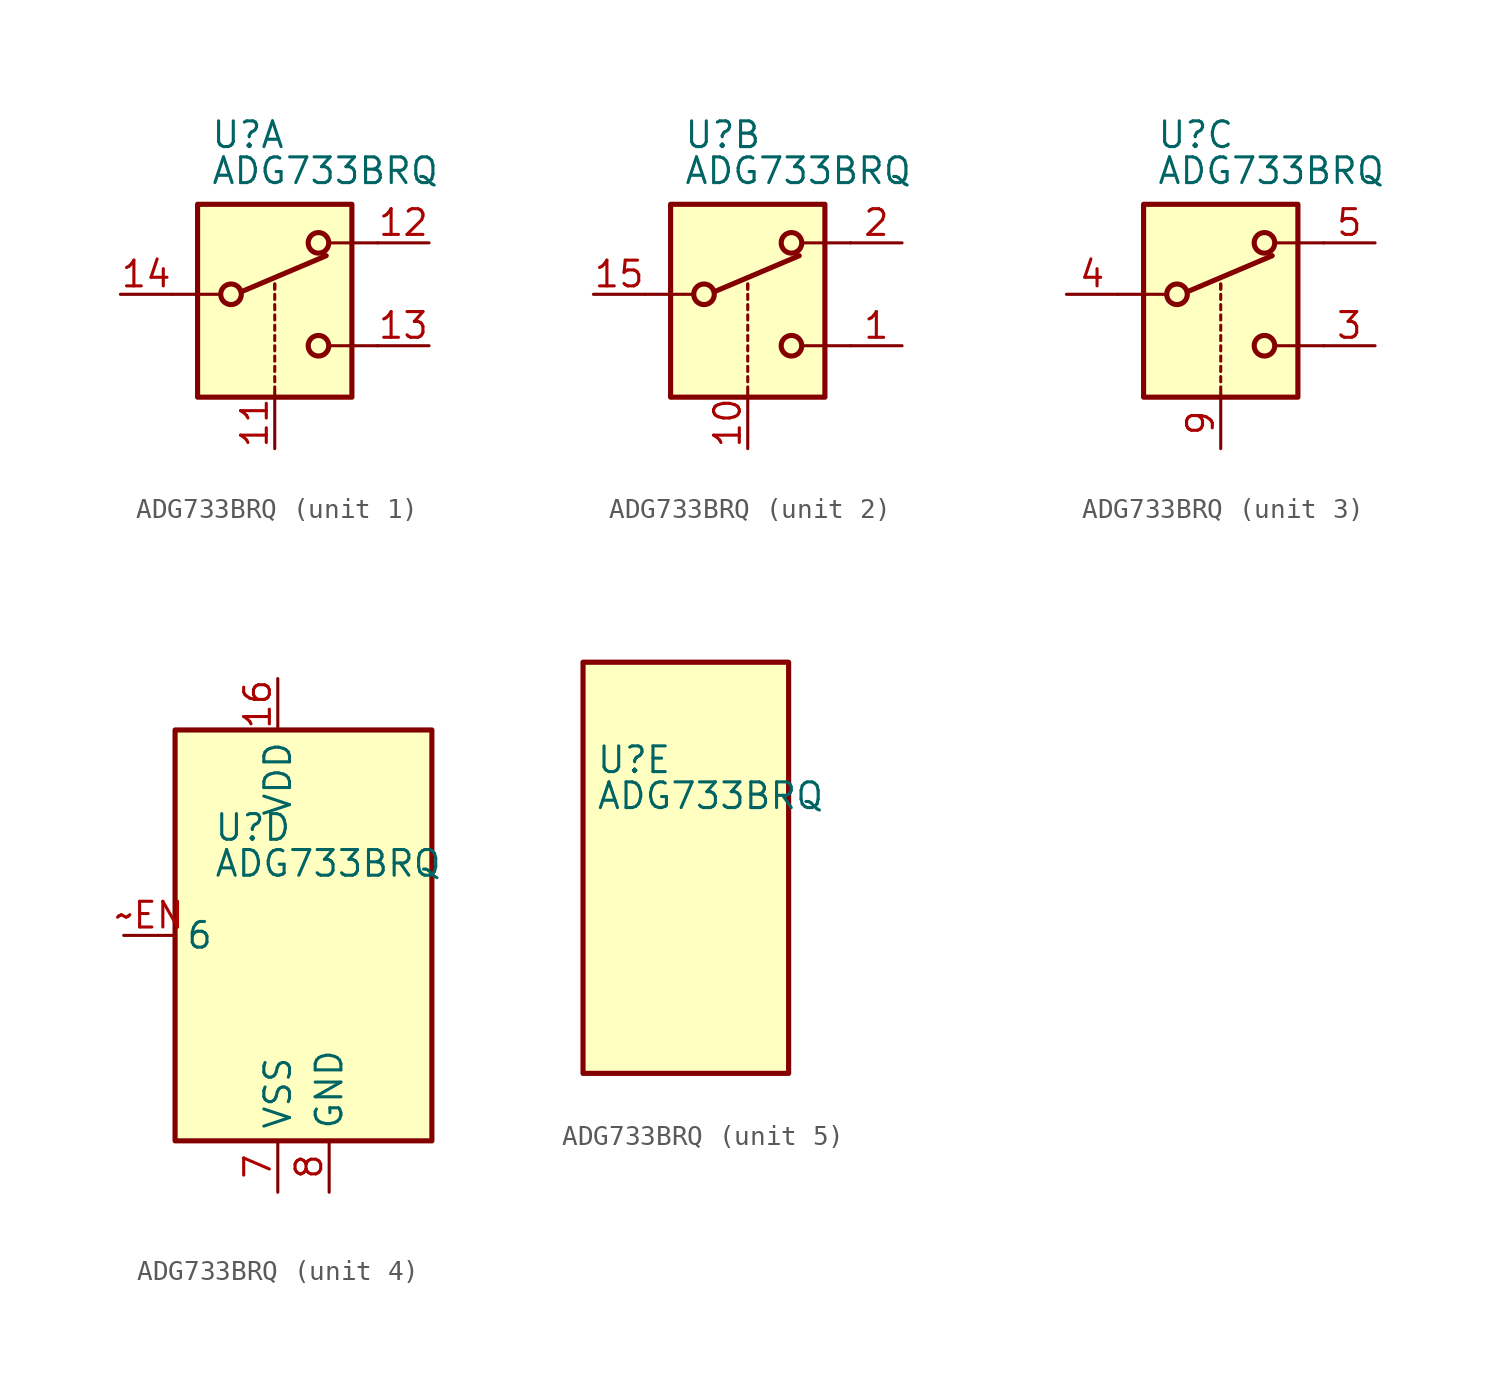
<source format=kicad_sym>
(kicad_symbol_lib
  (version 20211014)
  (generator kicad_symbol_editor)
  (symbol "ADG733BRQ"
    (property "Reference" "U"
      (at -3.175 5.334 0)
      (effects (font (size 1.27 1.27)) (justify left)))
    (property "Value" "ADG733BRQ"
      (at -3.175 3.556 0)
      (effects (font (size 1.27 1.27)) (justify left)))
    (symbol "ADG733BRQ_1_1"
      (rectangle (start -3.81 1.905) (end 3.81 -7.62) (stroke (width 0.254) (type default) (color 0 0 0 0)) (fill (type background)))
      (circle (center -2.159 -2.54) (radius 0.508) (stroke (width 0.254) (type default) (color 0 0 0 0)) (fill (type none)))
      (polyline (pts (xy -5.08 -2.54) (xy -2.794 -2.54)) (stroke (width 0) (type default) (color 0 0 0 0)) (fill (type none)))
      (polyline (pts (xy -1.651 -2.413) (xy 2.54 -0.635)) (stroke (width 0.254) (type default) (color 0 0 0 0)) (fill (type none)))
      (polyline (pts (xy 0 -7.62) (xy 0 -7.112)) (stroke (width 0) (type default) (color 0 0 0 0)) (fill (type none)))
      (polyline (pts (xy 0 -6.858) (xy 0 -6.604)) (stroke (width 0) (type default) (color 0 0 0 0)) (fill (type none)))
      (polyline (pts (xy 0 -6.35) (xy 0 -6.096)) (stroke (width 0) (type default) (color 0 0 0 0)) (fill (type none)))
      (polyline (pts (xy 0 -5.842) (xy 0 -5.588)) (stroke (width 0) (type default) (color 0 0 0 0)) (fill (type none)))
      (polyline (pts (xy 0 -5.334) (xy 0 -5.08)) (stroke (width 0) (type default) (color 0 0 0 0)) (fill (type none)))
      (polyline (pts (xy 0 -4.826) (xy 0 -4.572)) (stroke (width 0) (type default) (color 0 0 0 0)) (fill (type none)))
      (polyline (pts (xy 0 -4.318) (xy 0 -4.064)) (stroke (width 0) (type default) (color 0 0 0 0)) (fill (type none)))
      (polyline (pts (xy 0 -3.81) (xy 0 -3.556)) (stroke (width 0) (type default) (color 0 0 0 0)) (fill (type none)))
      (polyline (pts (xy 0 -3.302) (xy 0 -3.048)) (stroke (width 0) (type default) (color 0 0 0 0)) (fill (type none)))
      (polyline (pts (xy 0 -2.794) (xy 0 -2.54)) (stroke (width 0) (type default) (color 0 0 0 0)) (fill (type none)))
      (polyline (pts (xy 0 -2.286) (xy 0 -2.032)) (stroke (width 0) (type default) (color 0 0 0 0)) (fill (type none)))
      (polyline (pts (xy 0 -2.286) (xy 0 -2.032)) (stroke (width 0) (type default) (color 0 0 0 0)) (fill (type none)))
      (polyline (pts (xy 5.08 -5.08) (xy 2.794 -5.08)) (stroke (width 0) (type default) (color 0 0 0 0)) (fill (type none)))
      (polyline (pts (xy 5.08 0) (xy 2.794 0)) (stroke (width 0) (type default) (color 0 0 0 0)) (fill (type none)))
      (circle (center 2.159 -5.08) (radius 0.508) (stroke (width 0.254) (type default) (color 0 0 0 0)) (fill (type none)))
      (circle (center 2.159 0) (radius 0.508) (stroke (width 0.254) (type default) (color 0 0 0 0)) (fill (type none)))
      (pin input line (at 0 -10.16 90) (length 2.54) (name "~" (effects (font (size 1.27 1.27)))) (number "11" (effects (font (size 1.27 1.27)))))
      (pin passive line (at 7.62 0 180) (length 2.54) (name "~" (effects (font (size 1.27 1.27)))) (number "12" (effects (font (size 1.27 1.27)))))
      (pin passive line (at 7.62 -5.08 180) (length 2.54) (name "~" (effects (font (size 1.27 1.27)))) (number "13" (effects (font (size 1.27 1.27)))))
      (pin passive line (at -7.62 -2.54 0) (length 2.54) (name "~" (effects (font (size 1.27 1.27)))) (number "14" (effects (font (size 1.27 1.27))))))
    (symbol "ADG733BRQ_2_1"
      (rectangle (start -3.81 1.905) (end 3.81 -7.62) (stroke (width 0.254) (type default) (color 0 0 0 0)) (fill (type background)))
      (circle (center -2.159 -2.54) (radius 0.508) (stroke (width 0.254) (type default) (color 0 0 0 0)) (fill (type none)))
      (polyline (pts (xy -5.08 -2.54) (xy -2.794 -2.54)) (stroke (width 0) (type default) (color 0 0 0 0)) (fill (type none)))
      (polyline (pts (xy -1.651 -2.413) (xy 2.54 -0.635)) (stroke (width 0.254) (type default) (color 0 0 0 0)) (fill (type none)))
      (polyline (pts (xy 0 -7.62) (xy 0 -7.112)) (stroke (width 0) (type default) (color 0 0 0 0)) (fill (type none)))
      (polyline (pts (xy 0 -6.858) (xy 0 -6.604)) (stroke (width 0) (type default) (color 0 0 0 0)) (fill (type none)))
      (polyline (pts (xy 0 -6.35) (xy 0 -6.096)) (stroke (width 0) (type default) (color 0 0 0 0)) (fill (type none)))
      (polyline (pts (xy 0 -5.842) (xy 0 -5.588)) (stroke (width 0) (type default) (color 0 0 0 0)) (fill (type none)))
      (polyline (pts (xy 0 -5.334) (xy 0 -5.08)) (stroke (width 0) (type default) (color 0 0 0 0)) (fill (type none)))
      (polyline (pts (xy 0 -4.826) (xy 0 -4.572)) (stroke (width 0) (type default) (color 0 0 0 0)) (fill (type none)))
      (polyline (pts (xy 0 -4.318) (xy 0 -4.064)) (stroke (width 0) (type default) (color 0 0 0 0)) (fill (type none)))
      (polyline (pts (xy 0 -3.81) (xy 0 -3.556)) (stroke (width 0) (type default) (color 0 0 0 0)) (fill (type none)))
      (polyline (pts (xy 0 -3.302) (xy 0 -3.048)) (stroke (width 0) (type default) (color 0 0 0 0)) (fill (type none)))
      (polyline (pts (xy 0 -2.794) (xy 0 -2.54)) (stroke (width 0) (type default) (color 0 0 0 0)) (fill (type none)))
      (polyline (pts (xy 0 -2.286) (xy 0 -2.032)) (stroke (width 0) (type default) (color 0 0 0 0)) (fill (type none)))
      (polyline (pts (xy 0 -2.286) (xy 0 -2.032)) (stroke (width 0) (type default) (color 0 0 0 0)) (fill (type none)))
      (polyline (pts (xy 5.08 -5.08) (xy 2.794 -5.08)) (stroke (width 0) (type default) (color 0 0 0 0)) (fill (type none)))
      (polyline (pts (xy 5.08 0) (xy 2.794 0)) (stroke (width 0) (type default) (color 0 0 0 0)) (fill (type none)))
      (circle (center 2.159 -5.08) (radius 0.508) (stroke (width 0.254) (type default) (color 0 0 0 0)) (fill (type none)))
      (circle (center 2.159 0) (radius 0.508) (stroke (width 0.254) (type default) (color 0 0 0 0)) (fill (type none)))
      (pin passive line (at 7.62 -5.08 180) (length 2.54) (name "~" (effects (font (size 1.27 1.27)))) (number "1" (effects (font (size 1.27 1.27)))))
      (pin input line (at 0 -10.16 90) (length 2.54) (name "~" (effects (font (size 1.27 1.27)))) (number "10" (effects (font (size 1.27 1.27)))))
      (pin passive line (at -7.62 -2.54 0) (length 2.54) (name "~" (effects (font (size 1.27 1.27)))) (number "15" (effects (font (size 1.27 1.27)))))
      (pin passive line (at 7.62 0 180) (length 2.54) (name "~" (effects (font (size 1.27 1.27)))) (number "2" (effects (font (size 1.27 1.27))))))
    (symbol "ADG733BRQ_3_1"
      (rectangle (start -3.81 1.905) (end 3.81 -7.62) (stroke (width 0.254) (type default) (color 0 0 0 0)) (fill (type background)))
      (circle (center -2.159 -2.54) (radius 0.508) (stroke (width 0.254) (type default) (color 0 0 0 0)) (fill (type none)))
      (polyline (pts (xy -5.08 -2.54) (xy -2.794 -2.54)) (stroke (width 0) (type default) (color 0 0 0 0)) (fill (type none)))
      (polyline (pts (xy -1.651 -2.413) (xy 2.54 -0.635)) (stroke (width 0.254) (type default) (color 0 0 0 0)) (fill (type none)))
      (polyline (pts (xy 0 -7.62) (xy 0 -7.112)) (stroke (width 0) (type default) (color 0 0 0 0)) (fill (type none)))
      (polyline (pts (xy 0 -6.858) (xy 0 -6.604)) (stroke (width 0) (type default) (color 0 0 0 0)) (fill (type none)))
      (polyline (pts (xy 0 -6.35) (xy 0 -6.096)) (stroke (width 0) (type default) (color 0 0 0 0)) (fill (type none)))
      (polyline (pts (xy 0 -5.842) (xy 0 -5.588)) (stroke (width 0) (type default) (color 0 0 0 0)) (fill (type none)))
      (polyline (pts (xy 0 -5.334) (xy 0 -5.08)) (stroke (width 0) (type default) (color 0 0 0 0)) (fill (type none)))
      (polyline (pts (xy 0 -4.826) (xy 0 -4.572)) (stroke (width 0) (type default) (color 0 0 0 0)) (fill (type none)))
      (polyline (pts (xy 0 -4.318) (xy 0 -4.064)) (stroke (width 0) (type default) (color 0 0 0 0)) (fill (type none)))
      (polyline (pts (xy 0 -3.81) (xy 0 -3.556)) (stroke (width 0) (type default) (color 0 0 0 0)) (fill (type none)))
      (polyline (pts (xy 0 -3.302) (xy 0 -3.048)) (stroke (width 0) (type default) (color 0 0 0 0)) (fill (type none)))
      (polyline (pts (xy 0 -2.794) (xy 0 -2.54)) (stroke (width 0) (type default) (color 0 0 0 0)) (fill (type none)))
      (polyline (pts (xy 0 -2.286) (xy 0 -2.032)) (stroke (width 0) (type default) (color 0 0 0 0)) (fill (type none)))
      (polyline (pts (xy 0 -2.286) (xy 0 -2.032)) (stroke (width 0) (type default) (color 0 0 0 0)) (fill (type none)))
      (polyline (pts (xy 5.08 -5.08) (xy 2.794 -5.08)) (stroke (width 0) (type default) (color 0 0 0 0)) (fill (type none)))
      (polyline (pts (xy 5.08 0) (xy 2.794 0)) (stroke (width 0) (type default) (color 0 0 0 0)) (fill (type none)))
      (circle (center 2.159 -5.08) (radius 0.508) (stroke (width 0.254) (type default) (color 0 0 0 0)) (fill (type none)))
      (circle (center 2.159 0) (radius 0.508) (stroke (width 0.254) (type default) (color 0 0 0 0)) (fill (type none)))
      (pin passive line (at 7.62 -5.08 180) (length 2.54) (name "~" (effects (font (size 1.27 1.27)))) (number "3" (effects (font (size 1.27 1.27)))))
      (pin passive line (at -7.62 -2.54 0) (length 2.54) (name "~" (effects (font (size 1.27 1.27)))) (number "4" (effects (font (size 1.27 1.27)))))
      (pin passive line (at 7.62 0 180) (length 2.54) (name "~" (effects (font (size 1.27 1.27)))) (number "5" (effects (font (size 1.27 1.27)))))
      (pin input line (at 0 -10.16 90) (length 2.54) (name "~" (effects (font (size 1.27 1.27)))) (number "9" (effects (font (size 1.27 1.27))))))
    (symbol "ADG733BRQ_4_0"
      (pin power_in line (at 0 12.7 270) (length 2.54) (name "VDD" (effects (font (size 1.27 1.27)))) (number "16" (effects (font (size 1.27 1.27)))))
      (pin power_in line (at 0 -12.7 90) (length 2.54) (name "VSS" (effects (font (size 1.27 1.27)))) (number "7" (effects (font (size 1.27 1.27)))))
      (pin power_in line (at 2.54 -12.7 90) (length 2.54) (name "GND" (effects (font (size 1.27 1.27)))) (number "8" (effects (font (size 1.27 1.27)))))
      (pin input line (at -7.62 0 0) (length 2.54) (name "6" (effects (font (size 1.27 1.27)))) (number "~EN" (effects (font (size 1.27 1.27))))))
    (symbol "ADG733BRQ_4_1"
      (rectangle (start -5.08 10.16) (end 7.62 -10.16) (stroke (width 0.254) (type default) (color 0 0 0 0)) (fill (type background))))
    (symbol "ADG733BRQ_5_1"
      (rectangle (start -3.81 10.16) (end 6.35 -10.16) (stroke (width 0.254) (type default) (color 0 0 0 0)) (fill (type background))))))
</source>
